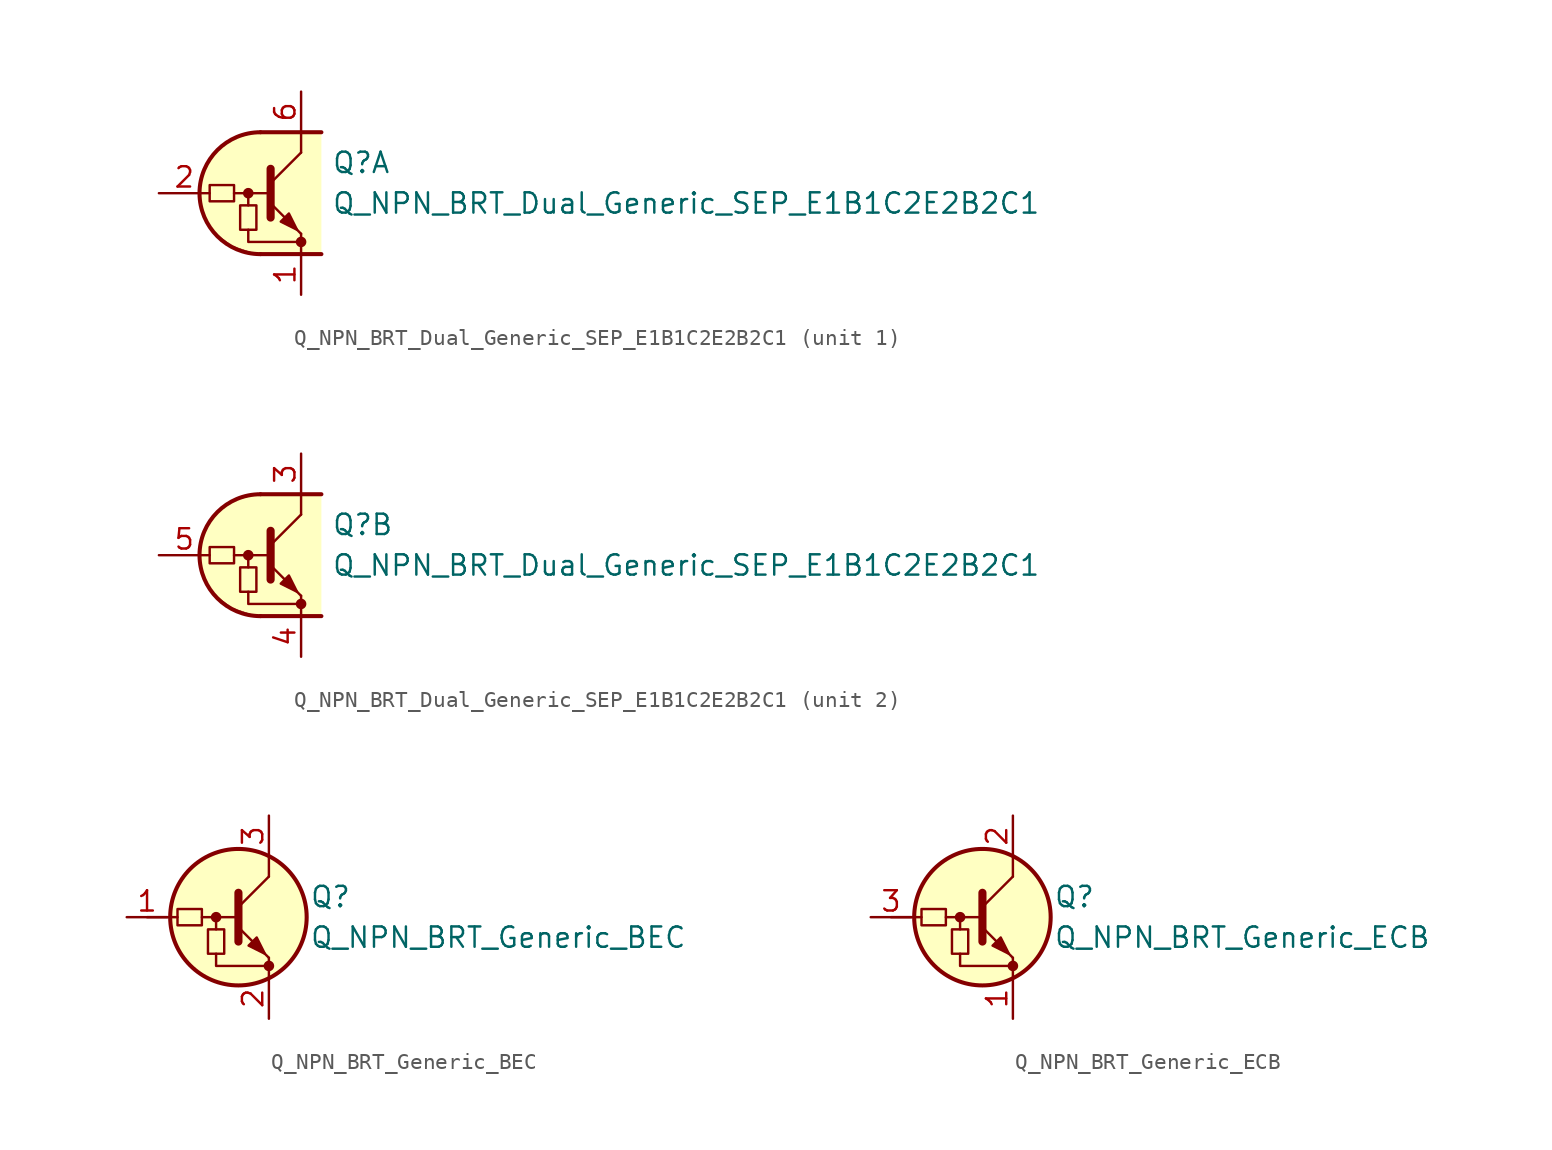
<source format=kicad_sym>
(kicad_symbol_lib
  (version 20211014)
  (generator kicad_symbol_editor)
  (symbol "Transistor_BJT_Pre-Biased:Q_NPN_BRT_Dual_Generic_SEP_E1B1C2E2B2C1"
    (pin_names
      (offset 1.016) hide)
    (property "Reference" "Q"
      (at 3.175 1.905 0)
      (effects (font (size 1.27 1.27)) (justify left)))
    (property "Value" "Q_NPN_BRT_Dual_Generic_SEP_E1B1C2E2B2C1"
      (at 3.175 -0.635 0)
      (effects (font (size 1.27 1.27)) (justify left)))
    (property "ki_locked" ""
      (at 0 0 0)
      (effects (font (size 1.27 1.27))))
    (symbol "Q_NPN_BRT_Dual_Generic_SEP_E1B1C2E2B2C1_1_1"
      (rectangle (start -4.445 0.508) (end -2.921 -0.508) (stroke (width 0) (type default) (color 0 0 0 0)) (fill (type none)))
      (rectangle (start -2.54 -2.286) (end -1.524 -0.762) (stroke (width 0) (type default) (color 0 0 0 0)) (fill (type none)))
      (circle (center -2.032 0) (radius 0.254) (stroke (width 0)) (stroke (width 0) (type default) (color 0 0 0 0)) (fill (type outline)))
      (arc (start -1.27 3.81) (mid -5.08 0) (end -1.27 -3.81) (stroke (width 0.254) (type default) (color 0 0 0 0)) (fill (type none)))
      (polyline (pts (xy -2.921 0) (xy -0.635 0)) (stroke (width 0) (type default) (color 0 0 0 0)) (fill (type none)))
      (polyline (pts (xy -2.032 -0.762) (xy -2.032 0)) (stroke (width 0) (type default) (color 0 0 0 0)) (fill (type none)))
      (polyline (pts (xy -1.27 -3.81) (xy 2.54 -3.81)) (stroke (width 0.254) (type default) (color 0 0 0 0)) (fill (type none)))
      (polyline (pts (xy -1.27 3.81) (xy 2.54 3.81)) (stroke (width 0.254) (type default) (color 0 0 0 0)) (fill (type none)))
      (polyline (pts (xy -0.635 0.635) (xy 1.27 2.54)) (stroke (width 0) (type default) (color 0 0 0 0)) (fill (type none)))
      (polyline (pts (xy -0.635 1.524) (xy -0.635 -1.524)) (stroke (width 0.508) (type default) (color 0 0 0 0)) (fill (type none)))
      (polyline (pts (xy 1.27 -3.81) (xy 1.27 -2.54)) (stroke (width 0) (type default) (color 0 0 0 0)) (fill (type none)))
      (polyline (pts (xy 1.27 2.54) (xy 1.27 3.81)) (stroke (width 0) (type default) (color 0 0 0 0)) (fill (type none)))
      (polyline (pts (xy -2.032 -2.286) (xy -2.032 -3.048) (xy 1.27 -3.048)) (stroke (width 0) (type default) (color 0 0 0 0)) (fill (type none)))
      (polyline (pts (xy -0.635 -0.635) (xy 1.27 -2.54) (xy 1.27 -2.54)) (stroke (width 0) (type default) (color 0 0 0 0)) (fill (type none)))
      (polyline (pts (xy 0 -1.778) (xy 0.508 -1.27) (xy 1.016 -2.286) (xy 0 -1.778) (xy 0 -1.778)) (stroke (width 0) (type default) (color 0 0 0 0)) (fill (type outline)))
      (polyline (pts (xy 2.54 3.81) (xy -1.524 3.81) (xy -3.302 3.302) (xy -4.064 2.54) (xy -4.826 1.524) (xy -5.08 0) (xy -4.826 -1.524) (xy -4.064 -2.54) (xy -3.048 -3.302) (xy -1.524 -3.81) (xy 2.54 -3.81)) (stroke (width 0.025) (type default) (color 0 0 0 0)) (fill (type background)))
      (circle (center 1.27 -3.048) (radius 0.254) (stroke (width 0)) (stroke (width 0) (type default) (color 0 0 0 0)) (fill (type outline)))
      (pin passive line (at 1.27 -6.35 90) (length 2.54) (name "E1" (effects (font (size 1.27 1.27)))) (number "1" (effects (font (size 1.27 1.27)))))
      (pin input line (at -7.62 0 0) (length 3.175) (name "B1" (effects (font (size 1.27 1.27)))) (number "2" (effects (font (size 1.27 1.27)))))
      (pin passive line (at 1.27 6.35 270) (length 2.54) (name "C1" (effects (font (size 1.27 1.27)))) (number "6" (effects (font (size 1.27 1.27))))))
    (symbol "Q_NPN_BRT_Dual_Generic_SEP_E1B1C2E2B2C1_2_1"
      (rectangle (start -4.445 0.508) (end -2.921 -0.508) (stroke (width 0) (type default) (color 0 0 0 0)) (fill (type none)))
      (rectangle (start -2.54 -2.286) (end -1.524 -0.762) (stroke (width 0) (type default) (color 0 0 0 0)) (fill (type none)))
      (circle (center -2.032 0) (radius 0.254) (stroke (width 0)) (stroke (width 0) (type default) (color 0 0 0 0)) (fill (type outline)))
      (arc (start -1.27 3.81) (mid -5.08 0) (end -1.27 -3.81) (stroke (width 0.254) (type default) (color 0 0 0 0)) (fill (type none)))
      (polyline (pts (xy -2.921 0) (xy -0.635 0)) (stroke (width 0) (type default) (color 0 0 0 0)) (fill (type none)))
      (polyline (pts (xy -2.032 -0.762) (xy -2.032 0)) (stroke (width 0) (type default) (color 0 0 0 0)) (fill (type none)))
      (polyline (pts (xy -1.27 -3.81) (xy 2.54 -3.81)) (stroke (width 0.254) (type default) (color 0 0 0 0)) (fill (type none)))
      (polyline (pts (xy -1.27 3.81) (xy 2.54 3.81)) (stroke (width 0.254) (type default) (color 0 0 0 0)) (fill (type none)))
      (polyline (pts (xy -0.635 0.635) (xy 1.27 2.54)) (stroke (width 0) (type default) (color 0 0 0 0)) (fill (type none)))
      (polyline (pts (xy -0.635 1.524) (xy -0.635 -1.524)) (stroke (width 0.508) (type default) (color 0 0 0 0)) (fill (type none)))
      (polyline (pts (xy 1.27 -3.81) (xy 1.27 -2.54)) (stroke (width 0) (type default) (color 0 0 0 0)) (fill (type none)))
      (polyline (pts (xy 1.27 2.54) (xy 1.27 3.81)) (stroke (width 0) (type default) (color 0 0 0 0)) (fill (type none)))
      (polyline (pts (xy -2.032 -2.286) (xy -2.032 -3.048) (xy 1.27 -3.048)) (stroke (width 0) (type default) (color 0 0 0 0)) (fill (type none)))
      (polyline (pts (xy -0.635 -0.635) (xy 1.27 -2.54) (xy 1.27 -2.54)) (stroke (width 0) (type default) (color 0 0 0 0)) (fill (type none)))
      (polyline (pts (xy 0 -1.778) (xy 0.508 -1.27) (xy 1.016 -2.286) (xy 0 -1.778) (xy 0 -1.778)) (stroke (width 0) (type default) (color 0 0 0 0)) (fill (type outline)))
      (polyline (pts (xy 2.54 3.81) (xy -1.524 3.81) (xy -3.302 3.302) (xy -4.064 2.54) (xy -4.826 1.524) (xy -5.08 0) (xy -4.826 -1.524) (xy -4.064 -2.54) (xy -3.048 -3.302) (xy -1.524 -3.81) (xy 2.54 -3.81)) (stroke (width 0.025) (type default) (color 0 0 0 0)) (fill (type background)))
      (circle (center 1.27 -3.048) (radius 0.254) (stroke (width 0)) (stroke (width 0) (type default) (color 0 0 0 0)) (fill (type outline)))
      (pin passive line (at 1.27 6.35 270) (length 2.54) (name "C2" (effects (font (size 1.27 1.27)))) (number "3" (effects (font (size 1.27 1.27)))))
      (pin passive line (at 1.27 -6.35 90) (length 2.54) (name "E2" (effects (font (size 1.27 1.27)))) (number "4" (effects (font (size 1.27 1.27)))))
      (pin input line (at -7.62 0 0) (length 3.175) (name "B2" (effects (font (size 1.27 1.27)))) (number "5" (effects (font (size 1.27 1.27)))))))
  (symbol "Transistor_BJT_Pre-Biased:Q_NPN_BRT_Generic_BEC"
    (pin_names hide)
    (property "Reference" "Q"
      (at 3.81 1.27 0)
      (effects (font (size 1.27 1.27)) (justify left)))
    (property "Value" "Q_NPN_BRT_Generic_BEC"
      (at 3.81 -1.27 0)
      (effects (font (size 1.27 1.27)) (justify left)))
    (symbol "Q_NPN_BRT_Generic_BEC_0_1"
      (rectangle (start -4.445 0.508) (end -2.921 -0.508) (stroke (width 0) (type default) (color 0 0 0 0)) (fill (type none)))
      (rectangle (start -2.54 -2.286) (end -1.524 -0.762) (stroke (width 0) (type default) (color 0 0 0 0)) (fill (type none)))
      (circle (center -2.032 0) (radius 0.254) (stroke (width 0)) (stroke (width 0) (type default) (color 0 0 0 0)) (fill (type outline)))
      (circle (center -0.635 0) (radius 4.267) (stroke (width 0.254)) (stroke (width 0.254) (type default) (color 0 0 0 0)) (fill (type background)))
      (polyline (pts (xy -4.445 0) (xy -6.35 0)) (stroke (width 0) (type default) (color 0 0 0 0)) (fill (type none)))
      (polyline (pts (xy -2.921 0) (xy -0.635 0)) (stroke (width 0) (type default) (color 0 0 0 0)) (fill (type none)))
      (polyline (pts (xy -2.032 -0.762) (xy -2.032 0)) (stroke (width 0) (type default) (color 0 0 0 0)) (fill (type none)))
      (polyline (pts (xy -0.635 1.524) (xy -0.635 -1.524)) (stroke (width 0.508) (type default) (color 0 0 0 0)) (fill (type none)))
      (polyline (pts (xy 1.27 -3.81) (xy 1.27 -2.54)) (stroke (width 0) (type default) (color 0 0 0 0)) (fill (type none)))
      (polyline (pts (xy 1.27 2.54) (xy 1.27 3.81)) (stroke (width 0) (type default) (color 0 0 0 0)) (fill (type none)))
      (polyline (pts (xy -2.032 -2.286) (xy -2.032 -3.048) (xy 1.27 -3.048)) (stroke (width 0) (type default) (color 0 0 0 0)) (fill (type none)))
      (circle (center 1.27 -3.048) (radius 0.254) (stroke (width 0)) (stroke (width 0) (type default) (color 0 0 0 0)) (fill (type outline))))
    (symbol "Q_NPN_BRT_Generic_BEC_1_1"
      (polyline (pts (xy -0.635 0.635) (xy 1.27 2.54)) (stroke (width 0) (type default) (color 0 0 0 0)) (fill (type none)))
      (polyline (pts (xy -0.635 -0.635) (xy 1.27 -2.54) (xy 1.27 -2.54)) (stroke (width 0) (type default) (color 0 0 0 0)) (fill (type none)))
      (polyline (pts (xy 0 -1.778) (xy 0.508 -1.27) (xy 1.016 -2.286) (xy 0 -1.778) (xy 0 -1.778)) (stroke (width 0) (type default) (color 0 0 0 0)) (fill (type outline)))
      (pin input line (at -7.62 0 0) (length 2.54) (name "B" (effects (font (size 1.27 1.27)))) (number "1" (effects (font (size 1.27 1.27)))))
      (pin passive line (at 1.27 -6.35 90) (length 2.54) (name "E" (effects (font (size 1.27 1.27)))) (number "2" (effects (font (size 1.27 1.27)))))
      (pin passive line (at 1.27 6.35 270) (length 2.54) (name "C" (effects (font (size 1.27 1.27)))) (number "3" (effects (font (size 1.27 1.27)))))))
  (symbol "Transistor_BJT_Pre-Biased:Q_NPN_BRT_Generic_ECB"
    (pin_names hide)
    (property "Reference" "Q"
      (at 3.81 1.27 0)
      (effects (font (size 1.27 1.27)) (justify left)))
    (property "Value" "Q_NPN_BRT_Generic_ECB"
      (at 3.81 -1.27 0)
      (effects (font (size 1.27 1.27)) (justify left)))
    (symbol "Q_NPN_BRT_Generic_ECB_0_1"
      (rectangle (start -4.445 0.508) (end -2.921 -0.508) (stroke (width 0) (type default) (color 0 0 0 0)) (fill (type none)))
      (rectangle (start -2.54 -2.286) (end -1.524 -0.762) (stroke (width 0) (type default) (color 0 0 0 0)) (fill (type none)))
      (circle (center -2.032 0) (radius 0.254) (stroke (width 0)) (stroke (width 0) (type default) (color 0 0 0 0)) (fill (type outline)))
      (circle (center -0.635 0) (radius 4.267) (stroke (width 0.254)) (stroke (width 0.254) (type default) (color 0 0 0 0)) (fill (type background)))
      (polyline (pts (xy -4.445 0) (xy -6.35 0)) (stroke (width 0) (type default) (color 0 0 0 0)) (fill (type none)))
      (polyline (pts (xy -2.921 0) (xy -0.635 0)) (stroke (width 0) (type default) (color 0 0 0 0)) (fill (type none)))
      (polyline (pts (xy -2.032 -0.762) (xy -2.032 0)) (stroke (width 0) (type default) (color 0 0 0 0)) (fill (type none)))
      (polyline (pts (xy -0.635 1.524) (xy -0.635 -1.524)) (stroke (width 0.508) (type default) (color 0 0 0 0)) (fill (type none)))
      (polyline (pts (xy 1.27 -3.81) (xy 1.27 -2.54)) (stroke (width 0) (type default) (color 0 0 0 0)) (fill (type none)))
      (polyline (pts (xy 1.27 2.54) (xy 1.27 3.81)) (stroke (width 0) (type default) (color 0 0 0 0)) (fill (type none)))
      (polyline (pts (xy -2.032 -2.286) (xy -2.032 -3.048) (xy 1.27 -3.048)) (stroke (width 0) (type default) (color 0 0 0 0)) (fill (type none)))
      (circle (center 1.27 -3.048) (radius 0.254) (stroke (width 0)) (stroke (width 0) (type default) (color 0 0 0 0)) (fill (type outline))))
    (symbol "Q_NPN_BRT_Generic_ECB_1_1"
      (polyline (pts (xy -0.635 0.635) (xy 1.27 2.54)) (stroke (width 0) (type default) (color 0 0 0 0)) (fill (type none)))
      (polyline (pts (xy -0.635 -0.635) (xy 1.27 -2.54) (xy 1.27 -2.54)) (stroke (width 0) (type default) (color 0 0 0 0)) (fill (type none)))
      (polyline (pts (xy 0 -1.778) (xy 0.508 -1.27) (xy 1.016 -2.286) (xy 0 -1.778) (xy 0 -1.778)) (stroke (width 0) (type default) (color 0 0 0 0)) (fill (type outline)))
      (pin passive line (at 1.27 -6.35 90) (length 2.54) (name "E" (effects (font (size 1.27 1.27)))) (number "1" (effects (font (size 1.27 1.27)))))
      (pin passive line (at 1.27 6.35 270) (length 2.54) (name "C" (effects (font (size 1.27 1.27)))) (number "2" (effects (font (size 1.27 1.27)))))
      (pin input line (at -7.62 0 0) (length 2.54) (name "B" (effects (font (size 1.27 1.27)))) (number "3" (effects (font (size 1.27 1.27))))))))
</source>
